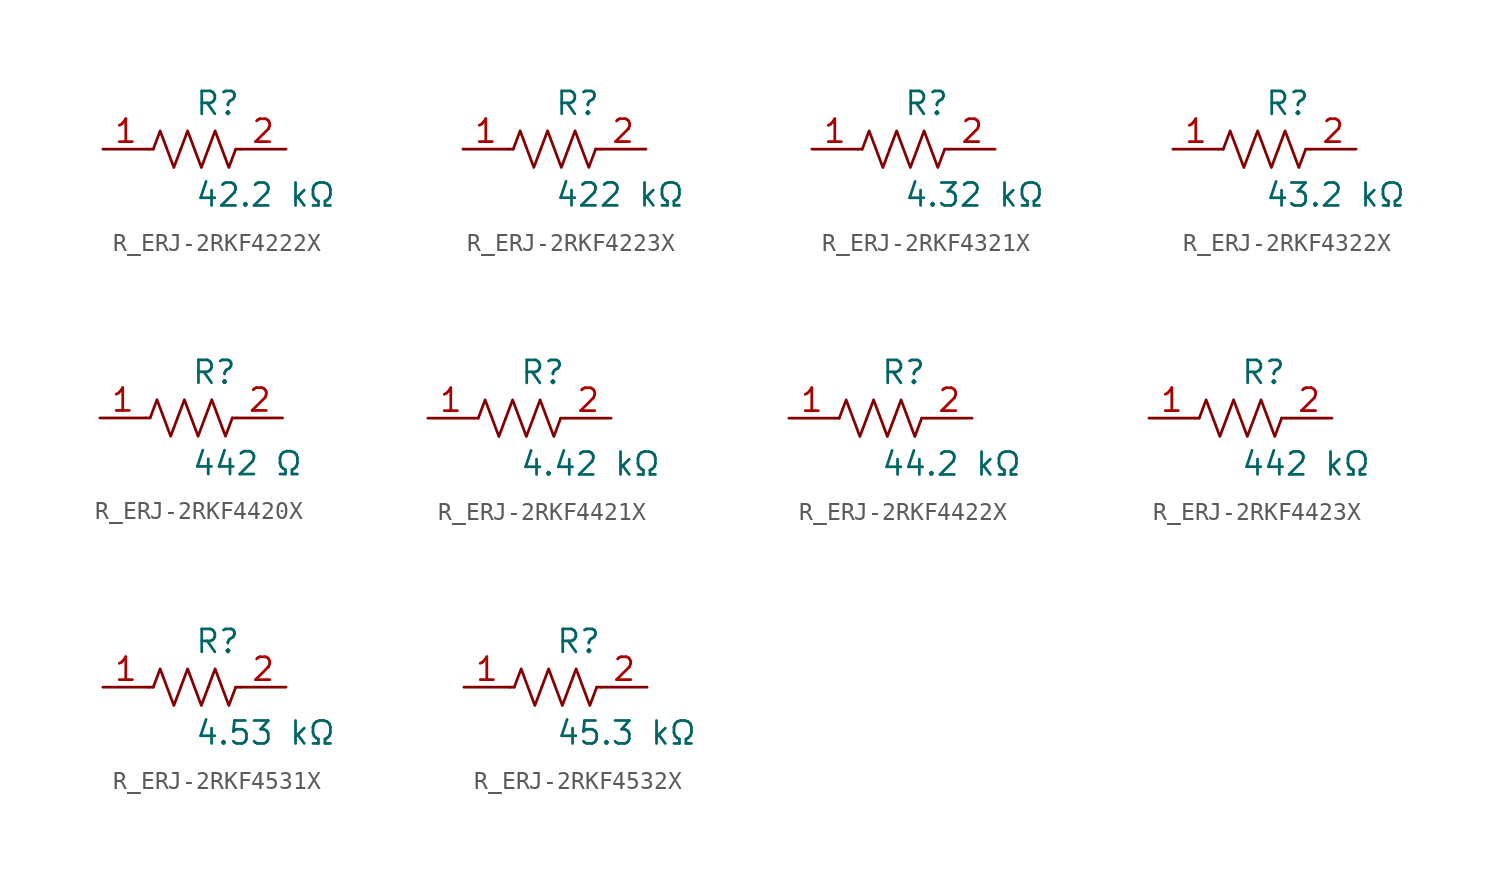
<source format=kicad_sym>
(kicad_symbol_lib
  (version 20231120)
  (generator kicad_symbol_editor)
  (generator_version 8.0)
  (symbol "R_ERJ-2RKF4222X"
    (pin_names
      (offset 0.254))
    (property "Reference" "R"
      (at 0.0 2.54 0)
      (effects (font (size 1.27 1.27)) (justify left)))
    (property "Value" "42.2 kΩ"
      (at 0.0 -2.54 0)
      (effects (font (size 1.27 1.27)) (justify left)))
    (symbol "R_ERJ-2RKF4222X_0_1"
      (polyline (pts (xy 2.286 0) (xy 2.54 0)) (stroke (width 0) (type default)) (fill (type none)))
      (polyline (pts (xy -2.286 0) (xy -2.54 0)) (stroke (width 0) (type default)) (fill (type none)))
      (polyline (pts (xy 0.762 0) (xy 1.143 1.016) (xy 1.524 0) (xy 1.905 -1.016) (xy 2.286 0)) (stroke (width 0) (type default)) (fill (type none)))
      (polyline (pts (xy -0.762 0) (xy -0.381 1.016) (xy 0 0) (xy 0.381 -1.016) (xy 0.762 0)) (stroke (width 0) (type default)) (fill (type none)))
      (polyline (pts (xy -2.286 0) (xy -1.905 1.016) (xy -1.524 0) (xy -1.143 -1.016) (xy -0.762 0)) (stroke (width 0) (type default)) (fill (type none))))
    (pin unspecified line
      (at -5.08 0 0)
      (length 2.54)
      (name "" (effects (font (size 1.27 1.27))))
      (number "1" (effects (font (size 1.27 1.27)))))
    (pin unspecified line
      (at 5.08 0 180)
      (length 2.54)
      (name "" (effects (font (size 1.27 1.27))))
      (number "2" (effects (font (size 1.27 1.27))))))
  (symbol "R_ERJ-2RKF4223X"
    (pin_names
      (offset 0.254))
    (property "Reference" "R"
      (at 0.0 2.54 0)
      (effects (font (size 1.27 1.27)) (justify left)))
    (property "Value" "422 kΩ"
      (at 0.0 -2.54 0)
      (effects (font (size 1.27 1.27)) (justify left)))
    (symbol "R_ERJ-2RKF4223X_0_1"
      (polyline (pts (xy 2.286 0) (xy 2.54 0)) (stroke (width 0) (type default)) (fill (type none)))
      (polyline (pts (xy -2.286 0) (xy -2.54 0)) (stroke (width 0) (type default)) (fill (type none)))
      (polyline (pts (xy 0.762 0) (xy 1.143 1.016) (xy 1.524 0) (xy 1.905 -1.016) (xy 2.286 0)) (stroke (width 0) (type default)) (fill (type none)))
      (polyline (pts (xy -0.762 0) (xy -0.381 1.016) (xy 0 0) (xy 0.381 -1.016) (xy 0.762 0)) (stroke (width 0) (type default)) (fill (type none)))
      (polyline (pts (xy -2.286 0) (xy -1.905 1.016) (xy -1.524 0) (xy -1.143 -1.016) (xy -0.762 0)) (stroke (width 0) (type default)) (fill (type none))))
    (pin unspecified line
      (at -5.08 0 0)
      (length 2.54)
      (name "" (effects (font (size 1.27 1.27))))
      (number "1" (effects (font (size 1.27 1.27)))))
    (pin unspecified line
      (at 5.08 0 180)
      (length 2.54)
      (name "" (effects (font (size 1.27 1.27))))
      (number "2" (effects (font (size 1.27 1.27))))))
  (symbol "R_ERJ-2RKF4321X"
    (pin_names
      (offset 0.254))
    (property "Reference" "R"
      (at 0.0 2.54 0)
      (effects (font (size 1.27 1.27)) (justify left)))
    (property "Value" "4.32 kΩ"
      (at 0.0 -2.54 0)
      (effects (font (size 1.27 1.27)) (justify left)))
    (symbol "R_ERJ-2RKF4321X_0_1"
      (polyline (pts (xy 2.286 0) (xy 2.54 0)) (stroke (width 0) (type default)) (fill (type none)))
      (polyline (pts (xy -2.286 0) (xy -2.54 0)) (stroke (width 0) (type default)) (fill (type none)))
      (polyline (pts (xy 0.762 0) (xy 1.143 1.016) (xy 1.524 0) (xy 1.905 -1.016) (xy 2.286 0)) (stroke (width 0) (type default)) (fill (type none)))
      (polyline (pts (xy -0.762 0) (xy -0.381 1.016) (xy 0 0) (xy 0.381 -1.016) (xy 0.762 0)) (stroke (width 0) (type default)) (fill (type none)))
      (polyline (pts (xy -2.286 0) (xy -1.905 1.016) (xy -1.524 0) (xy -1.143 -1.016) (xy -0.762 0)) (stroke (width 0) (type default)) (fill (type none))))
    (pin unspecified line
      (at -5.08 0 0)
      (length 2.54)
      (name "" (effects (font (size 1.27 1.27))))
      (number "1" (effects (font (size 1.27 1.27)))))
    (pin unspecified line
      (at 5.08 0 180)
      (length 2.54)
      (name "" (effects (font (size 1.27 1.27))))
      (number "2" (effects (font (size 1.27 1.27))))))
  (symbol "R_ERJ-2RKF4322X"
    (pin_names
      (offset 0.254))
    (property "Reference" "R"
      (at 0.0 2.54 0)
      (effects (font (size 1.27 1.27)) (justify left)))
    (property "Value" "43.2 kΩ"
      (at 0.0 -2.54 0)
      (effects (font (size 1.27 1.27)) (justify left)))
    (symbol "R_ERJ-2RKF4322X_0_1"
      (polyline (pts (xy 2.286 0) (xy 2.54 0)) (stroke (width 0) (type default)) (fill (type none)))
      (polyline (pts (xy -2.286 0) (xy -2.54 0)) (stroke (width 0) (type default)) (fill (type none)))
      (polyline (pts (xy 0.762 0) (xy 1.143 1.016) (xy 1.524 0) (xy 1.905 -1.016) (xy 2.286 0)) (stroke (width 0) (type default)) (fill (type none)))
      (polyline (pts (xy -0.762 0) (xy -0.381 1.016) (xy 0 0) (xy 0.381 -1.016) (xy 0.762 0)) (stroke (width 0) (type default)) (fill (type none)))
      (polyline (pts (xy -2.286 0) (xy -1.905 1.016) (xy -1.524 0) (xy -1.143 -1.016) (xy -0.762 0)) (stroke (width 0) (type default)) (fill (type none))))
    (pin unspecified line
      (at -5.08 0 0)
      (length 2.54)
      (name "" (effects (font (size 1.27 1.27))))
      (number "1" (effects (font (size 1.27 1.27)))))
    (pin unspecified line
      (at 5.08 0 180)
      (length 2.54)
      (name "" (effects (font (size 1.27 1.27))))
      (number "2" (effects (font (size 1.27 1.27))))))
  (symbol "R_ERJ-2RKF4420X"
    (pin_names
      (offset 0.254))
    (property "Reference" "R"
      (at 0.0 2.54 0)
      (effects (font (size 1.27 1.27)) (justify left)))
    (property "Value" "442 Ω"
      (at 0.0 -2.54 0)
      (effects (font (size 1.27 1.27)) (justify left)))
    (symbol "R_ERJ-2RKF4420X_0_1"
      (polyline (pts (xy 2.286 0) (xy 2.54 0)) (stroke (width 0) (type default)) (fill (type none)))
      (polyline (pts (xy -2.286 0) (xy -2.54 0)) (stroke (width 0) (type default)) (fill (type none)))
      (polyline (pts (xy 0.762 0) (xy 1.143 1.016) (xy 1.524 0) (xy 1.905 -1.016) (xy 2.286 0)) (stroke (width 0) (type default)) (fill (type none)))
      (polyline (pts (xy -0.762 0) (xy -0.381 1.016) (xy 0 0) (xy 0.381 -1.016) (xy 0.762 0)) (stroke (width 0) (type default)) (fill (type none)))
      (polyline (pts (xy -2.286 0) (xy -1.905 1.016) (xy -1.524 0) (xy -1.143 -1.016) (xy -0.762 0)) (stroke (width 0) (type default)) (fill (type none))))
    (pin unspecified line
      (at -5.08 0 0)
      (length 2.54)
      (name "" (effects (font (size 1.27 1.27))))
      (number "1" (effects (font (size 1.27 1.27)))))
    (pin unspecified line
      (at 5.08 0 180)
      (length 2.54)
      (name "" (effects (font (size 1.27 1.27))))
      (number "2" (effects (font (size 1.27 1.27))))))
  (symbol "R_ERJ-2RKF4421X"
    (pin_names
      (offset 0.254))
    (property "Reference" "R"
      (at 0.0 2.54 0)
      (effects (font (size 1.27 1.27)) (justify left)))
    (property "Value" "4.42 kΩ"
      (at 0.0 -2.54 0)
      (effects (font (size 1.27 1.27)) (justify left)))
    (symbol "R_ERJ-2RKF4421X_0_1"
      (polyline (pts (xy 2.286 0) (xy 2.54 0)) (stroke (width 0) (type default)) (fill (type none)))
      (polyline (pts (xy -2.286 0) (xy -2.54 0)) (stroke (width 0) (type default)) (fill (type none)))
      (polyline (pts (xy 0.762 0) (xy 1.143 1.016) (xy 1.524 0) (xy 1.905 -1.016) (xy 2.286 0)) (stroke (width 0) (type default)) (fill (type none)))
      (polyline (pts (xy -0.762 0) (xy -0.381 1.016) (xy 0 0) (xy 0.381 -1.016) (xy 0.762 0)) (stroke (width 0) (type default)) (fill (type none)))
      (polyline (pts (xy -2.286 0) (xy -1.905 1.016) (xy -1.524 0) (xy -1.143 -1.016) (xy -0.762 0)) (stroke (width 0) (type default)) (fill (type none))))
    (pin unspecified line
      (at -5.08 0 0)
      (length 2.54)
      (name "" (effects (font (size 1.27 1.27))))
      (number "1" (effects (font (size 1.27 1.27)))))
    (pin unspecified line
      (at 5.08 0 180)
      (length 2.54)
      (name "" (effects (font (size 1.27 1.27))))
      (number "2" (effects (font (size 1.27 1.27))))))
  (symbol "R_ERJ-2RKF4422X"
    (pin_names
      (offset 0.254))
    (property "Reference" "R"
      (at 0.0 2.54 0)
      (effects (font (size 1.27 1.27)) (justify left)))
    (property "Value" "44.2 kΩ"
      (at 0.0 -2.54 0)
      (effects (font (size 1.27 1.27)) (justify left)))
    (symbol "R_ERJ-2RKF4422X_0_1"
      (polyline (pts (xy 2.286 0) (xy 2.54 0)) (stroke (width 0) (type default)) (fill (type none)))
      (polyline (pts (xy -2.286 0) (xy -2.54 0)) (stroke (width 0) (type default)) (fill (type none)))
      (polyline (pts (xy 0.762 0) (xy 1.143 1.016) (xy 1.524 0) (xy 1.905 -1.016) (xy 2.286 0)) (stroke (width 0) (type default)) (fill (type none)))
      (polyline (pts (xy -0.762 0) (xy -0.381 1.016) (xy 0 0) (xy 0.381 -1.016) (xy 0.762 0)) (stroke (width 0) (type default)) (fill (type none)))
      (polyline (pts (xy -2.286 0) (xy -1.905 1.016) (xy -1.524 0) (xy -1.143 -1.016) (xy -0.762 0)) (stroke (width 0) (type default)) (fill (type none))))
    (pin unspecified line
      (at -5.08 0 0)
      (length 2.54)
      (name "" (effects (font (size 1.27 1.27))))
      (number "1" (effects (font (size 1.27 1.27)))))
    (pin unspecified line
      (at 5.08 0 180)
      (length 2.54)
      (name "" (effects (font (size 1.27 1.27))))
      (number "2" (effects (font (size 1.27 1.27))))))
  (symbol "R_ERJ-2RKF4423X"
    (pin_names
      (offset 0.254))
    (property "Reference" "R"
      (at 0.0 2.54 0)
      (effects (font (size 1.27 1.27)) (justify left)))
    (property "Value" "442 kΩ"
      (at 0.0 -2.54 0)
      (effects (font (size 1.27 1.27)) (justify left)))
    (symbol "R_ERJ-2RKF4423X_0_1"
      (polyline (pts (xy 2.286 0) (xy 2.54 0)) (stroke (width 0) (type default)) (fill (type none)))
      (polyline (pts (xy -2.286 0) (xy -2.54 0)) (stroke (width 0) (type default)) (fill (type none)))
      (polyline (pts (xy 0.762 0) (xy 1.143 1.016) (xy 1.524 0) (xy 1.905 -1.016) (xy 2.286 0)) (stroke (width 0) (type default)) (fill (type none)))
      (polyline (pts (xy -0.762 0) (xy -0.381 1.016) (xy 0 0) (xy 0.381 -1.016) (xy 0.762 0)) (stroke (width 0) (type default)) (fill (type none)))
      (polyline (pts (xy -2.286 0) (xy -1.905 1.016) (xy -1.524 0) (xy -1.143 -1.016) (xy -0.762 0)) (stroke (width 0) (type default)) (fill (type none))))
    (pin unspecified line
      (at -5.08 0 0)
      (length 2.54)
      (name "" (effects (font (size 1.27 1.27))))
      (number "1" (effects (font (size 1.27 1.27)))))
    (pin unspecified line
      (at 5.08 0 180)
      (length 2.54)
      (name "" (effects (font (size 1.27 1.27))))
      (number "2" (effects (font (size 1.27 1.27))))))
  (symbol "R_ERJ-2RKF4531X"
    (pin_names
      (offset 0.254))
    (property "Reference" "R"
      (at 0.0 2.54 0)
      (effects (font (size 1.27 1.27)) (justify left)))
    (property "Value" "4.53 kΩ"
      (at 0.0 -2.54 0)
      (effects (font (size 1.27 1.27)) (justify left)))
    (symbol "R_ERJ-2RKF4531X_0_1"
      (polyline (pts (xy 2.286 0) (xy 2.54 0)) (stroke (width 0) (type default)) (fill (type none)))
      (polyline (pts (xy -2.286 0) (xy -2.54 0)) (stroke (width 0) (type default)) (fill (type none)))
      (polyline (pts (xy 0.762 0) (xy 1.143 1.016) (xy 1.524 0) (xy 1.905 -1.016) (xy 2.286 0)) (stroke (width 0) (type default)) (fill (type none)))
      (polyline (pts (xy -0.762 0) (xy -0.381 1.016) (xy 0 0) (xy 0.381 -1.016) (xy 0.762 0)) (stroke (width 0) (type default)) (fill (type none)))
      (polyline (pts (xy -2.286 0) (xy -1.905 1.016) (xy -1.524 0) (xy -1.143 -1.016) (xy -0.762 0)) (stroke (width 0) (type default)) (fill (type none))))
    (pin unspecified line
      (at -5.08 0 0)
      (length 2.54)
      (name "" (effects (font (size 1.27 1.27))))
      (number "1" (effects (font (size 1.27 1.27)))))
    (pin unspecified line
      (at 5.08 0 180)
      (length 2.54)
      (name "" (effects (font (size 1.27 1.27))))
      (number "2" (effects (font (size 1.27 1.27))))))
  (symbol "R_ERJ-2RKF4532X"
    (pin_names
      (offset 0.254))
    (property "Reference" "R"
      (at 0.0 2.54 0)
      (effects (font (size 1.27 1.27)) (justify left)))
    (property "Value" "45.3 kΩ"
      (at 0.0 -2.54 0)
      (effects (font (size 1.27 1.27)) (justify left)))
    (symbol "R_ERJ-2RKF4532X_0_1"
      (polyline (pts (xy 2.286 0) (xy 2.54 0)) (stroke (width 0) (type default)) (fill (type none)))
      (polyline (pts (xy -2.286 0) (xy -2.54 0)) (stroke (width 0) (type default)) (fill (type none)))
      (polyline (pts (xy 0.762 0) (xy 1.143 1.016) (xy 1.524 0) (xy 1.905 -1.016) (xy 2.286 0)) (stroke (width 0) (type default)) (fill (type none)))
      (polyline (pts (xy -0.762 0) (xy -0.381 1.016) (xy 0 0) (xy 0.381 -1.016) (xy 0.762 0)) (stroke (width 0) (type default)) (fill (type none)))
      (polyline (pts (xy -2.286 0) (xy -1.905 1.016) (xy -1.524 0) (xy -1.143 -1.016) (xy -0.762 0)) (stroke (width 0) (type default)) (fill (type none))))
    (pin unspecified line
      (at -5.08 0 0)
      (length 2.54)
      (name "" (effects (font (size 1.27 1.27))))
      (number "1" (effects (font (size 1.27 1.27)))))
    (pin unspecified line
      (at 5.08 0 180)
      (length 2.54)
      (name "" (effects (font (size 1.27 1.27))))
      (number "2" (effects (font (size 1.27 1.27)))))))
</source>
